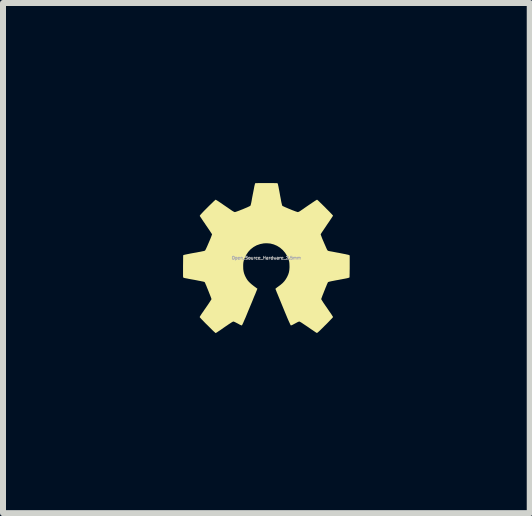
<source format=kicad_pcb>
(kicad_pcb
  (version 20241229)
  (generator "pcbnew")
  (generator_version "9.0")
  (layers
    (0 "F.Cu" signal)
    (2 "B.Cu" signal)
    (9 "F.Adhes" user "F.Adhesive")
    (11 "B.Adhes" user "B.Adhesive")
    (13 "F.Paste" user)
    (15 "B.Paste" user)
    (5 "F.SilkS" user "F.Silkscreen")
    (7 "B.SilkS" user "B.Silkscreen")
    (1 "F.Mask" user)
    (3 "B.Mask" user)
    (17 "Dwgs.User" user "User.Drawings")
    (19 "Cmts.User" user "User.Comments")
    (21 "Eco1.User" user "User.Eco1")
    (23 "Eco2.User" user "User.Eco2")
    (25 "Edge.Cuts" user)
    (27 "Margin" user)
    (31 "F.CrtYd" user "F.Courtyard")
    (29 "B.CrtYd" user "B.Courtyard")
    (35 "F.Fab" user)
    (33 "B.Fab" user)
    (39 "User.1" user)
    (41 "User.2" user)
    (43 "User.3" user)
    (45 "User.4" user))
  (footprint "Open_Source_Hardware_2.5mm"
    (layer "F.Cu")
    (at 1.388 1.247)
    (property "Reference" "Open_Source_Hardware_2.5mm" (at 0 0 0) (layer "F.Fab") (effects (font (size 0.05 0.05) (thickness 0.013))))
    (attr board_only exclude_from_pos_files exclude_from_bom)
    (fp_poly (pts (xy 0.031 -1.247) (xy 0.067 -1.247) (xy 0.101 -1.247) (xy 0.131 -1.246) (xy 0.156 -1.246) (xy 0.174 -1.245) (xy 0.184 -1.244) (xy 0.185 -1.244) (xy 0.187 -1.242) (xy 0.189 -1.237) (xy 0.192 -1.23) (xy 0.195 -1.219) (xy 0.198 -1.203) (xy 0.203 -1.182) (xy 0.208 -1.154) (xy 0.215 -1.119) (xy 0.223 -1.075) (xy 0.232 -1.023) (xy 0.233 -1.02) (xy 0.242 -0.972) (xy 0.249 -0.932) (xy 0.256 -0.903) (xy 0.261 -0.882) (xy 0.265 -0.871) (xy 0.267 -0.868) (xy 0.274 -0.863) (xy 0.29 -0.856) (xy 0.311 -0.846) (xy 0.337 -0.835) (xy 0.367 -0.822) (xy 0.397 -0.81) (xy 0.428 -0.797) (xy 0.457 -0.786) (xy 0.483 -0.776) (xy 0.504 -0.769) (xy 0.519 -0.764) (xy 0.525 -0.763) (xy 0.535 -0.766) (xy 0.551 -0.773) (xy 0.568 -0.784) (xy 0.571 -0.786) (xy 0.588 -0.798) (xy 0.611 -0.813) (xy 0.636 -0.831) (xy 0.659 -0.847) (xy 0.685 -0.865) (xy 0.716 -0.886) (xy 0.748 -0.907) (xy 0.776 -0.927) (xy 0.777 -0.927) (xy 0.799 -0.942) (xy 0.819 -0.955) (xy 0.834 -0.964) (xy 0.843 -0.969) (xy 0.845 -0.97) (xy 0.85 -0.966) (xy 0.861 -0.957) (xy 0.877 -0.942) (xy 0.897 -0.922) (xy 0.92 -0.9) (xy 0.946 -0.874) (xy 0.973 -0.848) (xy 0.999 -0.821) (xy 1.025 -0.795) (xy 1.05 -0.77) (xy 1.071 -0.748) (xy 1.089 -0.729) (xy 1.102 -0.715) (xy 1.11 -0.706) (xy 1.111 -0.704) (xy 1.108 -0.699) (xy 1.101 -0.686) (xy 1.088 -0.667) (xy 1.072 -0.643) (xy 1.053 -0.614) (xy 1.031 -0.582) (xy 1.009 -0.55) (xy 0.986 -0.515) (xy 0.964 -0.483) (xy 0.945 -0.454) (xy 0.928 -0.43) (xy 0.916 -0.411) (xy 0.908 -0.398) (xy 0.905 -0.393) (xy 0.907 -0.387) (xy 0.912 -0.372) (xy 0.92 -0.351) (xy 0.93 -0.324) (xy 0.943 -0.293) (xy 0.958 -0.259) (xy 0.96 -0.253) (xy 0.977 -0.215) (xy 0.99 -0.185) (xy 1 -0.162) (xy 1.008 -0.145) (xy 1.014 -0.133) (xy 1.019 -0.126) (xy 1.024 -0.121) (xy 1.029 -0.118) (xy 1.034 -0.117) (xy 1.035 -0.116) (xy 1.044 -0.114) (xy 1.062 -0.11) (xy 1.087 -0.106) (xy 1.118 -0.1) (xy 1.154 -0.093) (xy 1.192 -0.086) (xy 1.21 -0.083) (xy 1.249 -0.075) (xy 1.285 -0.068) (xy 1.317 -0.062) (xy 1.343 -0.056) (xy 1.363 -0.052) (xy 1.375 -0.048) (xy 1.378 -0.047) (xy 1.389 -0.04) (xy 1.389 0.14) (xy 1.389 0.182) (xy 1.388 0.221) (xy 1.388 0.255) (xy 1.387 0.284) (xy 1.387 0.307) (xy 1.386 0.321) (xy 1.385 0.326) (xy 1.379 0.329) (xy 1.365 0.334) (xy 1.345 0.339) (xy 1.32 0.344) (xy 1.311 0.346) (xy 1.283 0.351) (xy 1.257 0.356) (xy 1.235 0.36) (xy 1.219 0.363) (xy 1.217 0.364) (xy 1.199 0.367) (xy 1.177 0.371) (xy 1.164 0.373) (xy 1.119 0.382) (xy 1.083 0.389) (xy 1.056 0.395) (xy 1.038 0.4) (xy 1.028 0.404) (xy 1.027 0.405) (xy 1.024 0.411) (xy 1.017 0.426) (xy 1.008 0.446) (xy 0.998 0.472) (xy 0.985 0.502) (xy 0.973 0.533) (xy 0.96 0.565) (xy 0.948 0.596) (xy 0.936 0.625) (xy 0.927 0.65) (xy 0.92 0.67) (xy 0.915 0.682) (xy 0.914 0.687) (xy 0.917 0.693) (xy 0.925 0.706) (xy 0.937 0.725) (xy 0.952 0.749) (xy 0.97 0.775) (xy 0.982 0.793) (xy 1.004 0.824) (xy 1.025 0.855) (xy 1.045 0.885) (xy 1.063 0.91) (xy 1.077 0.93) (xy 1.081 0.936) (xy 1.093 0.955) (xy 1.103 0.971) (xy 1.11 0.982) (xy 1.111 0.987) (xy 1.108 0.991) (xy 1.098 1.002) (xy 1.082 1.019) (xy 1.062 1.04) (xy 1.038 1.065) (xy 1.011 1.093) (xy 0.981 1.123) (xy 0.98 1.123) (xy 0.946 1.158) (xy 0.918 1.185) (xy 0.896 1.207) (xy 0.879 1.223) (xy 0.865 1.235) (xy 0.856 1.243) (xy 0.849 1.248) (xy 0.844 1.25) (xy 0.84 1.25) (xy 0.837 1.249) (xy 0.83 1.245) (xy 0.816 1.236) (xy 0.796 1.222) (xy 0.771 1.205) (xy 0.742 1.186) (xy 0.711 1.164) (xy 0.7 1.156) (xy 0.667 1.134) (xy 0.637 1.114) (xy 0.61 1.096) (xy 0.588 1.081) (xy 0.571 1.071) (xy 0.561 1.065) (xy 0.559 1.064) (xy 0.554 1.062) (xy 0.549 1.061) (xy 0.543 1.062) (xy 0.534 1.065) (xy 0.522 1.07) (xy 0.505 1.079) (xy 0.481 1.092) (xy 0.451 1.108) (xy 0.434 1.117) (xy 0.419 1.123) (xy 0.409 1.125) (xy 0.408 1.125) (xy 0.404 1.12) (xy 0.397 1.106) (xy 0.388 1.086) (xy 0.376 1.06) (xy 0.362 1.029) (xy 0.347 0.994) (xy 0.341 0.979) (xy 0.308 0.9) (xy 0.278 0.827) (xy 0.251 0.761) (xy 0.227 0.702) (xy 0.206 0.651) (xy 0.188 0.607) (xy 0.173 0.572) (xy 0.163 0.545) (xy 0.155 0.526) (xy 0.152 0.517) (xy 0.152 0.515) (xy 0.155 0.511) (xy 0.166 0.502) (xy 0.181 0.49) (xy 0.191 0.483) (xy 0.235 0.451) (xy 0.271 0.42) (xy 0.3 0.389) (xy 0.324 0.356) (xy 0.345 0.32) (xy 0.346 0.318) (xy 0.364 0.279) (xy 0.376 0.242) (xy 0.383 0.203) (xy 0.386 0.159) (xy 0.386 0.139) (xy 0.385 0.111) (xy 0.384 0.089) (xy 0.382 0.072) (xy 0.379 0.055) (xy 0.373 0.036) (xy 0.369 0.024) (xy 0.344 -0.034) (xy 0.312 -0.086) (xy 0.273 -0.131) (xy 0.228 -0.17) (xy 0.178 -0.201) (xy 0.124 -0.224) (xy 0.067 -0.239) (xy 0.006 -0.244) (xy -0.042 -0.242) (xy -0.103 -0.23) (xy -0.161 -0.21) (xy -0.213 -0.181) (xy -0.261 -0.144) (xy -0.302 -0.1) (xy -0.336 -0.049) (xy -0.363 0.008) (xy -0.369 0.024) (xy -0.376 0.045) (xy -0.38 0.062) (xy -0.383 0.078) (xy -0.385 0.096) (xy -0.386 0.119) (xy -0.386 0.141) (xy -0.385 0.185) (xy -0.38 0.221) (xy -0.372 0.255) (xy -0.36 0.288) (xy -0.346 0.318) (xy -0.331 0.345) (xy -0.315 0.37) (xy -0.296 0.393) (xy -0.273 0.416) (xy -0.245 0.441) (xy -0.211 0.468) (xy -0.169 0.499) (xy -0.164 0.503) (xy -0.149 0.513) (xy -0.165 0.553) (xy -0.169 0.562) (xy -0.173 0.573) (xy -0.178 0.585) (xy -0.184 0.601) (xy -0.192 0.619) (xy -0.202 0.642) (xy -0.213 0.669) (xy -0.226 0.702) (xy -0.242 0.741) (xy -0.261 0.786) (xy -0.283 0.839) (xy -0.308 0.899) (xy -0.336 0.968) (xy -0.348 0.997) (xy -0.363 1.03) (xy -0.376 1.06) (xy -0.387 1.086) (xy -0.397 1.106) (xy -0.404 1.12) (xy -0.408 1.125) (xy -0.416 1.124) (xy -0.429 1.119) (xy -0.447 1.111) (xy -0.451 1.108) (xy -0.482 1.091) (xy -0.506 1.079) (xy -0.523 1.07) (xy -0.535 1.065) (xy -0.543 1.062) (xy -0.549 1.061) (xy -0.554 1.062) (xy -0.559 1.064) (xy -0.567 1.068) (xy -0.582 1.077) (xy -0.603 1.091) (xy -0.628 1.107) (xy -0.655 1.126) (xy -0.672 1.137) (xy -0.714 1.166) (xy -0.748 1.19) (xy -0.775 1.209) (xy -0.797 1.223) (xy -0.813 1.234) (xy -0.825 1.242) (xy -0.834 1.247) (xy -0.839 1.251) (xy -0.843 1.252) (xy -0.845 1.253) (xy -0.845 1.253) (xy -0.85 1.249) (xy -0.861 1.239) (xy -0.878 1.224) (xy -0.899 1.204) (xy -0.924 1.179) (xy -0.951 1.152) (xy -0.981 1.122) (xy -1.011 1.093) (xy -1.038 1.065) (xy -1.062 1.04) (xy -1.083 1.019) (xy -1.098 1.002) (xy -1.108 0.991) (xy -1.111 0.986) (xy -1.108 0.98) (xy -1.101 0.967) (xy -1.09 0.95) (xy -1.081 0.936) (xy -1.069 0.918) (xy -1.052 0.895) (xy -1.033 0.866) (xy -1.011 0.835) (xy -0.99 0.804) (xy -0.982 0.793) (xy -0.963 0.765) (xy -0.946 0.739) (xy -0.932 0.717) (xy -0.921 0.7) (xy -0.915 0.69) (xy -0.914 0.687) (xy -0.916 0.68) (xy -0.921 0.665) (xy -0.929 0.644) (xy -0.939 0.618) (xy -0.951 0.588) (xy -0.963 0.557) (xy -0.976 0.525) (xy -0.989 0.494) (xy -1 0.465) (xy -1.011 0.441) (xy -1.019 0.421) (xy -1.025 0.409) (xy -1.027 0.405) (xy -1.03 0.403) (xy -1.033 0.401) (xy -1.039 0.399) (xy -1.047 0.397) (xy -1.059 0.394) (xy -1.075 0.391) (xy -1.097 0.386) (xy -1.125 0.381) (xy -1.159 0.374) (xy -1.201 0.366) (xy -1.252 0.357) (xy -1.311 0.346) (xy -1.312 0.345) (xy -1.34 0.34) (xy -1.361 0.336) (xy -1.374 0.332) (xy -1.381 0.329) (xy -1.385 0.325) (xy -1.387 0.321) (xy -1.387 0.314) (xy -1.388 0.298) (xy -1.388 0.274) (xy -1.388 0.243) (xy -1.388 0.208) (xy -1.388 0.169) (xy -1.388 0.134) (xy -1.386 -0.043) (xy -1.374 -0.049) (xy -1.366 -0.051) (xy -1.349 -0.055) (xy -1.325 -0.06) (xy -1.295 -0.066) (xy -1.261 -0.073) (xy -1.223 -0.08) (xy -1.205 -0.083) (xy -1.165 -0.09) (xy -1.129 -0.097) (xy -1.096 -0.103) (xy -1.069 -0.109) (xy -1.048 -0.113) (xy -1.035 -0.116) (xy -1.032 -0.117) (xy -1.028 -0.119) (xy -1.023 -0.122) (xy -1.018 -0.127) (xy -1.013 -0.136) (xy -1.006 -0.15) (xy -0.997 -0.169) (xy -0.985 -0.195) (xy -0.971 -0.228) (xy -0.96 -0.253) (xy -0.945 -0.288) (xy -0.932 -0.319) (xy -0.921 -0.347) (xy -0.913 -0.369) (xy -0.907 -0.385) (xy -0.905 -0.393) (xy -0.905 -0.394) (xy -0.909 -0.4) (xy -0.917 -0.413) (xy -0.93 -0.432) (xy -0.946 -0.457) (xy -0.966 -0.486) (xy -0.988 -0.519) (xy -1.007 -0.546) (xy -1.03 -0.581) (xy -1.052 -0.612) (xy -1.071 -0.641) (xy -1.087 -0.665) (xy -1.099 -0.683) (xy -1.107 -0.695) (xy -1.109 -0.699) (xy -1.108 -0.704) (xy -1.103 -0.711) (xy -1.094 -0.723) (xy -1.079 -0.739) (xy -1.059 -0.761) (xy -1.033 -0.788) (xy -1 -0.821) (xy -0.982 -0.839) (xy -0.952 -0.869) (xy -0.924 -0.896) (xy -0.899 -0.92) (xy -0.878 -0.941) (xy -0.861 -0.956) (xy -0.85 -0.966) (xy -0.845 -0.97) (xy -0.845 -0.97) (xy -0.839 -0.967) (xy -0.826 -0.959) (xy -0.808 -0.948) (xy -0.787 -0.934) (xy -0.777 -0.927) (xy -0.748 -0.908) (xy -0.717 -0.886) (xy -0.686 -0.865) (xy -0.66 -0.847) (xy -0.659 -0.847) (xy -0.635 -0.83) (xy -0.61 -0.813) (xy -0.587 -0.797) (xy -0.571 -0.786) (xy -0.553 -0.775) (xy -0.537 -0.767) (xy -0.526 -0.763) (xy -0.525 -0.763) (xy -0.516 -0.765) (xy -0.5 -0.77) (xy -0.478 -0.778) (xy -0.451 -0.788) (xy -0.421 -0.8) (xy -0.39 -0.812) (xy -0.36 -0.825) (xy -0.331 -0.837) (xy -0.306 -0.848) (xy -0.286 -0.858) (xy -0.272 -0.864) (xy -0.267 -0.868) (xy -0.262 -0.877) (xy -0.257 -0.895) (xy -0.251 -0.922) (xy -0.245 -0.952) (xy -0.24 -0.984) (xy -0.234 -1.016) (xy -0.228 -1.047) (xy -0.223 -1.072) (xy -0.222 -1.076) (xy -0.217 -1.102) (xy -0.211 -1.133) (xy -0.205 -1.165) (xy -0.202 -1.182) (xy -0.197 -1.205) (xy -0.192 -1.224) (xy -0.188 -1.238) (xy -0.185 -1.244) (xy -0.179 -1.245) (xy -0.164 -1.245) (xy -0.141 -1.246) (xy -0.113 -1.247) (xy -0.08 -1.247) (xy -0.044 -1.247) (xy -0.007 -1.247)) (stroke (width 0) (type solid)) (fill yes) (layer "F.SilkS")))
  (gr_rect
    (start -3 -3)
    (end 5.777 5.5)
    (stroke (width 0.1) (type default))
    (fill no)
    (layer "Edge.Cuts")))
</source>
